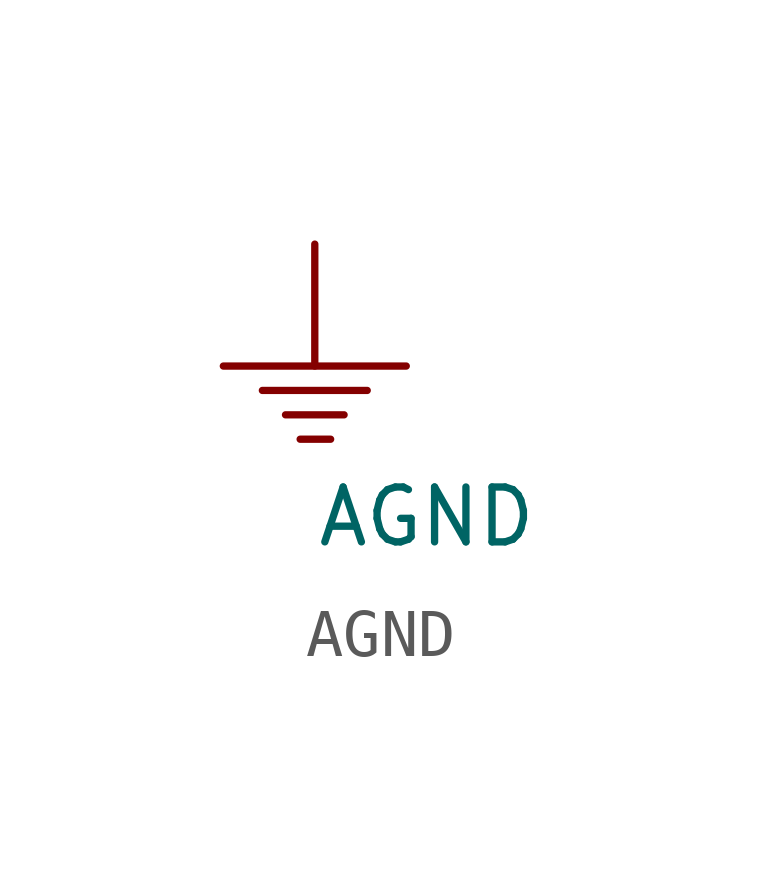
<source format=kicad_sym>
(kicad_symbol_lib
  (version 20211014)
  (generator kicad_symbol_editor)
  (symbol "AGND"
    (power)
    (pin_numbers hide)
    (pin_names
      (offset 1.016) hide)
    (property "Reference" "#SUPPLY"
      (at 0 0 0)
      (effects (font (size 1.143 1.143)) (justify left bottom) hide))
    (property "Value" "AGND"
      (at 0 -6.35 0)
      (effects (font (size 1.143 1.143)) (justify left bottom)))
    (property "ki_locked" ""
      (at 0 0 0)
      (effects (font (size 1.27 1.27))))
    (symbol "AGND_1_0"
      (polyline (pts (xy -1.905 -2.54) (xy 1.905 -2.54)) (stroke (width 0) (type default) (color 0 0 0 0)) (fill (type none)))
      (polyline (pts (xy -1.092 -3.048) (xy 1.092 -3.048)) (stroke (width 0) (type default) (color 0 0 0 0)) (fill (type none)))
      (polyline (pts (xy -0.61 -3.556) (xy 0.61 -3.556)) (stroke (width 0) (type default) (color 0 0 0 0)) (fill (type none)))
      (polyline (pts (xy -0.305 -4.064) (xy 0.33 -4.064)) (stroke (width 0) (type default) (color 0 0 0 0)) (fill (type none)))
      (polyline (pts (xy 0 0) (xy 0 -2.54)) (stroke (width 0) (type default) (color 0 0 0 0)) (fill (type none))))
    (symbol "AGND_1_1"
      (pin power_in line (at 0 0 270) (length 2.54) hide (name "AGND" (effects (font (size 1.016 1.016)))) (number "~" (effects (font (size 1.016 1.016))))))))
</source>
